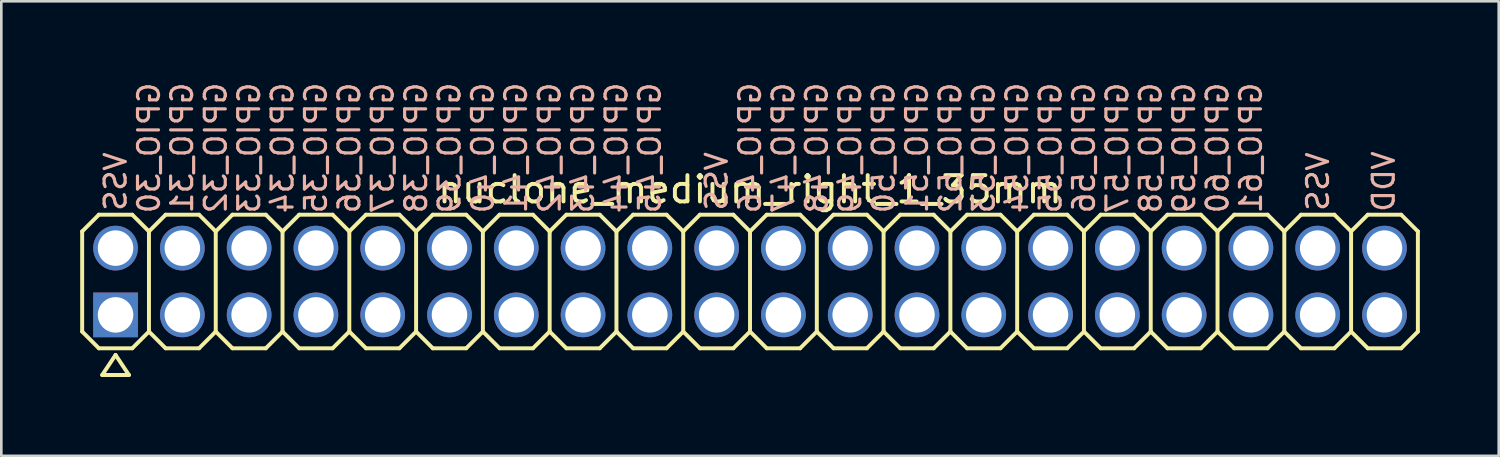
<source format=kicad_pcb>
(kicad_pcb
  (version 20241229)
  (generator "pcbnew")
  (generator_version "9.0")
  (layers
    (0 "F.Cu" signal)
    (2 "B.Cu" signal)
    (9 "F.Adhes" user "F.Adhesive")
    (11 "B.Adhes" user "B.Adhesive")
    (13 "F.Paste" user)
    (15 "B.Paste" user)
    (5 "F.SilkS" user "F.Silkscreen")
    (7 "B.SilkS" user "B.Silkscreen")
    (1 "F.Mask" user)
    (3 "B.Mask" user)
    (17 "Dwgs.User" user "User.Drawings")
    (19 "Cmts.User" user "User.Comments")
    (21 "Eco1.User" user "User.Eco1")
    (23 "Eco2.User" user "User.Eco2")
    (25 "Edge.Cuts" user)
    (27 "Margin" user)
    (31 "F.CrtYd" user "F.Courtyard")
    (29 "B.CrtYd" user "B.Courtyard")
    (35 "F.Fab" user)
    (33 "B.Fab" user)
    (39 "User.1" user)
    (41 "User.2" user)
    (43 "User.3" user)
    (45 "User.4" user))
  (footprint "nuclone_medium_right_1_35mm"
    (layer "F.Cu")
    (at 25.475 7.656)
    (property "Reference" "nuclone_medium_right_1_35mm" (at 0 -3.5 0) (layer "F.SilkS") (effects (font (size 1 1) (thickness 0.15))))
    (attr exclude_from_pos_files exclude_from_bom)
    (fp_line (start -25.4 -1.905) (end -24.765 -2.54) (stroke (width 0.15) (type solid)) (layer "F.SilkS"))
    (fp_line (start -25.4 1.905) (end -25.4 -1.905) (stroke (width 0.15) (type solid)) (layer "F.SilkS"))
    (fp_line (start -25.4 1.905) (end -24.765 2.54) (stroke (width 0.15) (type solid)) (layer "F.SilkS"))
    (fp_line (start -24.765 -2.54) (end -23.495 -2.54) (stroke (width 0.15) (type solid)) (layer "F.SilkS"))
    (fp_line (start -24.765 2.54) (end -23.495 2.54) (stroke (width 0.15) (type solid)) (layer "F.SilkS"))
    (fp_line (start -24.638 3.556) (end -23.622 3.556) (stroke (width 0.15) (type solid)) (layer "F.SilkS"))
    (fp_line (start -24.13 2.794) (end -24.638 3.556) (stroke (width 0.15) (type solid)) (layer "F.SilkS"))
    (fp_line (start -23.622 3.556) (end -24.13 2.794) (stroke (width 0.15) (type solid)) (layer "F.SilkS"))
    (fp_line (start -23.495 -2.54) (end -22.86 -1.905) (stroke (width 0.15) (type solid)) (layer "F.SilkS"))
    (fp_line (start -23.495 2.54) (end -22.86 1.905) (stroke (width 0.15) (type solid)) (layer "F.SilkS"))
    (fp_line (start -22.86 -1.905) (end -22.86 1.905) (stroke (width 0.15) (type solid)) (layer "F.SilkS"))
    (fp_line (start -22.86 -1.905) (end -22.225 -2.54) (stroke (width 0.15) (type solid)) (layer "F.SilkS"))
    (fp_line (start -22.86 1.905) (end -22.225 2.54) (stroke (width 0.15) (type solid)) (layer "F.SilkS"))
    (fp_line (start -22.225 -2.54) (end -20.955 -2.54) (stroke (width 0.15) (type solid)) (layer "F.SilkS"))
    (fp_line (start -22.225 2.54) (end -20.955 2.54) (stroke (width 0.15) (type solid)) (layer "F.SilkS"))
    (fp_line (start -20.955 -2.54) (end -20.32 -1.905) (stroke (width 0.15) (type solid)) (layer "F.SilkS"))
    (fp_line (start -20.955 2.54) (end -20.32 1.905) (stroke (width 0.15) (type solid)) (layer "F.SilkS"))
    (fp_line (start -20.32 -1.905) (end -20.32 1.905) (stroke (width 0.15) (type solid)) (layer "F.SilkS"))
    (fp_line (start -20.32 -1.905) (end -19.685 -2.54) (stroke (width 0.15) (type solid)) (layer "F.SilkS"))
    (fp_line (start -20.32 1.905) (end -19.685 2.54) (stroke (width 0.15) (type solid)) (layer "F.SilkS"))
    (fp_line (start -19.685 -2.54) (end -18.415 -2.54) (stroke (width 0.15) (type solid)) (layer "F.SilkS"))
    (fp_line (start -19.685 2.54) (end -18.415 2.54) (stroke (width 0.15) (type solid)) (layer "F.SilkS"))
    (fp_line (start -18.415 -2.54) (end -17.78 -1.905) (stroke (width 0.15) (type solid)) (layer "F.SilkS"))
    (fp_line (start -18.415 2.54) (end -17.78 1.905) (stroke (width 0.15) (type solid)) (layer "F.SilkS"))
    (fp_line (start -17.78 -1.905) (end -17.78 1.905) (stroke (width 0.15) (type solid)) (layer "F.SilkS"))
    (fp_line (start -17.78 -1.905) (end -17.145 -2.54) (stroke (width 0.15) (type solid)) (layer "F.SilkS"))
    (fp_line (start -17.78 1.905) (end -17.145 2.54) (stroke (width 0.15) (type solid)) (layer "F.SilkS"))
    (fp_line (start -17.145 -2.54) (end -15.875 -2.54) (stroke (width 0.15) (type solid)) (layer "F.SilkS"))
    (fp_line (start -17.145 2.54) (end -15.875 2.54) (stroke (width 0.15) (type solid)) (layer "F.SilkS"))
    (fp_line (start -15.875 -2.54) (end -15.24 -1.905) (stroke (width 0.15) (type solid)) (layer "F.SilkS"))
    (fp_line (start -15.875 2.54) (end -15.24 1.905) (stroke (width 0.15) (type solid)) (layer "F.SilkS"))
    (fp_line (start -15.24 -1.905) (end -15.24 1.905) (stroke (width 0.15) (type solid)) (layer "F.SilkS"))
    (fp_line (start -15.24 -1.905) (end -14.605 -2.54) (stroke (width 0.15) (type solid)) (layer "F.SilkS"))
    (fp_line (start -15.24 1.905) (end -14.605 2.54) (stroke (width 0.15) (type solid)) (layer "F.SilkS"))
    (fp_line (start -14.605 -2.54) (end -13.335 -2.54) (stroke (width 0.15) (type solid)) (layer "F.SilkS"))
    (fp_line (start -14.605 2.54) (end -13.335 2.54) (stroke (width 0.15) (type solid)) (layer "F.SilkS"))
    (fp_line (start -13.335 -2.54) (end -12.7 -1.905) (stroke (width 0.15) (type solid)) (layer "F.SilkS"))
    (fp_line (start -13.335 2.54) (end -12.7 1.905) (stroke (width 0.15) (type solid)) (layer "F.SilkS"))
    (fp_line (start -12.7 -1.905) (end -12.7 1.905) (stroke (width 0.15) (type solid)) (layer "F.SilkS"))
    (fp_line (start -12.7 -1.905) (end -12.065 -2.54) (stroke (width 0.15) (type solid)) (layer "F.SilkS"))
    (fp_line (start -12.7 1.905) (end -12.065 2.54) (stroke (width 0.15) (type solid)) (layer "F.SilkS"))
    (fp_line (start -12.065 -2.54) (end -10.795 -2.54) (stroke (width 0.15) (type solid)) (layer "F.SilkS"))
    (fp_line (start -12.065 2.54) (end -10.795 2.54) (stroke (width 0.15) (type solid)) (layer "F.SilkS"))
    (fp_line (start -10.795 -2.54) (end -10.16 -1.905) (stroke (width 0.15) (type solid)) (layer "F.SilkS"))
    (fp_line (start -10.795 2.54) (end -10.16 1.905) (stroke (width 0.15) (type solid)) (layer "F.SilkS"))
    (fp_line (start -10.16 -1.905) (end -10.16 1.905) (stroke (width 0.15) (type solid)) (layer "F.SilkS"))
    (fp_line (start -10.16 -1.905) (end -9.525 -2.54) (stroke (width 0.15) (type solid)) (layer "F.SilkS"))
    (fp_line (start -10.16 1.905) (end -9.525 2.54) (stroke (width 0.15) (type solid)) (layer "F.SilkS"))
    (fp_line (start -9.525 -2.54) (end -8.255 -2.54) (stroke (width 0.15) (type solid)) (layer "F.SilkS"))
    (fp_line (start -9.525 2.54) (end -8.255 2.54) (stroke (width 0.15) (type solid)) (layer "F.SilkS"))
    (fp_line (start -8.255 -2.54) (end -7.62 -1.905) (stroke (width 0.15) (type solid)) (layer "F.SilkS"))
    (fp_line (start -7.62 -1.905) (end -7.62 1.905) (stroke (width 0.15) (type solid)) (layer "F.SilkS"))
    (fp_line (start -7.62 -1.905) (end -6.985 -2.54) (stroke (width 0.15) (type solid)) (layer "F.SilkS"))
    (fp_line (start -7.62 1.905) (end -8.255 2.54) (stroke (width 0.15) (type solid)) (layer "F.SilkS"))
    (fp_line (start -7.62 1.905) (end -6.985 2.54) (stroke (width 0.15) (type solid)) (layer "F.SilkS"))
    (fp_line (start -6.985 -2.54) (end -5.715 -2.54) (stroke (width 0.15) (type solid)) (layer "F.SilkS"))
    (fp_line (start -6.985 2.54) (end -5.715 2.54) (stroke (width 0.15) (type solid)) (layer "F.SilkS"))
    (fp_line (start -5.715 -2.54) (end -5.08 -1.905) (stroke (width 0.15) (type solid)) (layer "F.SilkS"))
    (fp_line (start -5.08 -1.905) (end -5.08 1.905) (stroke (width 0.15) (type solid)) (layer "F.SilkS"))
    (fp_line (start -5.08 -1.905) (end -4.445 -2.54) (stroke (width 0.15) (type solid)) (layer "F.SilkS"))
    (fp_line (start -5.08 1.905) (end -5.715 2.54) (stroke (width 0.15) (type solid)) (layer "F.SilkS"))
    (fp_line (start -5.08 1.905) (end -4.445 2.54) (stroke (width 0.15) (type solid)) (layer "F.SilkS"))
    (fp_line (start -4.445 -2.54) (end -3.175 -2.54) (stroke (width 0.15) (type solid)) (layer "F.SilkS"))
    (fp_line (start -4.445 2.54) (end -3.175 2.54) (stroke (width 0.15) (type solid)) (layer "F.SilkS"))
    (fp_line (start -3.175 -2.54) (end -2.54 -1.905) (stroke (width 0.15) (type solid)) (layer "F.SilkS"))
    (fp_line (start -2.54 -1.905) (end -2.54 1.905) (stroke (width 0.15) (type solid)) (layer "F.SilkS"))
    (fp_line (start -2.54 -1.905) (end -1.905 -2.54) (stroke (width 0.15) (type solid)) (layer "F.SilkS"))
    (fp_line (start -2.54 1.905) (end -3.175 2.54) (stroke (width 0.15) (type solid)) (layer "F.SilkS"))
    (fp_line (start -2.54 1.905) (end -1.905 2.54) (stroke (width 0.15) (type solid)) (layer "F.SilkS"))
    (fp_line (start -1.905 -2.54) (end -0.635 -2.54) (stroke (width 0.15) (type solid)) (layer "F.SilkS"))
    (fp_line (start -1.905 2.54) (end -0.635 2.54) (stroke (width 0.15) (type solid)) (layer "F.SilkS"))
    (fp_line (start -0.635 -2.54) (end 0 -1.905) (stroke (width 0.15) (type solid)) (layer "F.SilkS"))
    (fp_line (start 0 -1.905) (end 0.635 -2.54) (stroke (width 0.15) (type solid)) (layer "F.SilkS"))
    (fp_line (start 0 1.905) (end -0.635 2.54) (stroke (width 0.15) (type solid)) (layer "F.SilkS"))
    (fp_line (start 0 1.905) (end 0 -1.905) (stroke (width 0.15) (type solid)) (layer "F.SilkS"))
    (fp_line (start 0 1.905) (end 0.635 2.54) (stroke (width 0.15) (type solid)) (layer "F.SilkS"))
    (fp_line (start 0.635 -2.54) (end 1.905 -2.54) (stroke (width 0.15) (type solid)) (layer "F.SilkS"))
    (fp_line (start 0.635 2.54) (end 1.905 2.54) (stroke (width 0.15) (type solid)) (layer "F.SilkS"))
    (fp_line (start 1.905 -2.54) (end 2.54 -1.905) (stroke (width 0.15) (type solid)) (layer "F.SilkS"))
    (fp_line (start 1.905 2.54) (end 2.54 1.905) (stroke (width 0.15) (type solid)) (layer "F.SilkS"))
    (fp_line (start 2.54 -1.905) (end 2.54 1.905) (stroke (width 0.15) (type solid)) (layer "F.SilkS"))
    (fp_line (start 2.54 -1.905) (end 3.175 -2.54) (stroke (width 0.15) (type solid)) (layer "F.SilkS"))
    (fp_line (start 2.54 1.905) (end 3.175 2.54) (stroke (width 0.15) (type solid)) (layer "F.SilkS"))
    (fp_line (start 3.175 -2.54) (end 4.445 -2.54) (stroke (width 0.15) (type solid)) (layer "F.SilkS"))
    (fp_line (start 3.175 2.54) (end 4.445 2.54) (stroke (width 0.15) (type solid)) (layer "F.SilkS"))
    (fp_line (start 4.445 -2.54) (end 5.08 -1.905) (stroke (width 0.15) (type solid)) (layer "F.SilkS"))
    (fp_line (start 4.445 2.54) (end 5.08 1.905) (stroke (width 0.15) (type solid)) (layer "F.SilkS"))
    (fp_line (start 5.08 -1.905) (end 5.08 1.905) (stroke (width 0.15) (type solid)) (layer "F.SilkS"))
    (fp_line (start 5.08 -1.905) (end 5.715 -2.54) (stroke (width 0.15) (type solid)) (layer "F.SilkS"))
    (fp_line (start 5.08 1.905) (end 5.715 2.54) (stroke (width 0.15) (type solid)) (layer "F.SilkS"))
    (fp_line (start 5.715 -2.54) (end 6.985 -2.54) (stroke (width 0.15) (type solid)) (layer "F.SilkS"))
    (fp_line (start 5.715 2.54) (end 6.985 2.54) (stroke (width 0.15) (type solid)) (layer "F.SilkS"))
    (fp_line (start 6.985 -2.54) (end 7.62 -1.905) (stroke (width 0.15) (type solid)) (layer "F.SilkS"))
    (fp_line (start 6.985 2.54) (end 7.62 1.905) (stroke (width 0.15) (type solid)) (layer "F.SilkS"))
    (fp_line (start 7.62 -1.905) (end 7.62 1.905) (stroke (width 0.15) (type solid)) (layer "F.SilkS"))
    (fp_line (start 7.62 -1.905) (end 8.255 -2.54) (stroke (width 0.15) (type solid)) (layer "F.SilkS"))
    (fp_line (start 7.62 1.905) (end 8.255 2.54) (stroke (width 0.15) (type solid)) (layer "F.SilkS"))
    (fp_line (start 8.255 -2.54) (end 9.525 -2.54) (stroke (width 0.15) (type solid)) (layer "F.SilkS"))
    (fp_line (start 8.255 2.54) (end 9.525 2.54) (stroke (width 0.15) (type solid)) (layer "F.SilkS"))
    (fp_line (start 9.525 -2.54) (end 10.16 -1.905) (stroke (width 0.15) (type solid)) (layer "F.SilkS"))
    (fp_line (start 9.525 2.54) (end 10.16 1.905) (stroke (width 0.15) (type solid)) (layer "F.SilkS"))
    (fp_line (start 10.16 -1.905) (end 10.16 1.905) (stroke (width 0.15) (type solid)) (layer "F.SilkS"))
    (fp_line (start 10.16 -1.905) (end 10.795 -2.54) (stroke (width 0.15) (type solid)) (layer "F.SilkS"))
    (fp_line (start 10.16 1.905) (end 10.795 2.54) (stroke (width 0.15) (type solid)) (layer "F.SilkS"))
    (fp_line (start 10.795 -2.54) (end 12.065 -2.54) (stroke (width 0.15) (type solid)) (layer "F.SilkS"))
    (fp_line (start 10.795 2.54) (end 12.065 2.54) (stroke (width 0.15) (type solid)) (layer "F.SilkS"))
    (fp_line (start 12.065 -2.54) (end 12.7 -1.905) (stroke (width 0.15) (type solid)) (layer "F.SilkS"))
    (fp_line (start 12.065 2.54) (end 12.7 1.905) (stroke (width 0.15) (type solid)) (layer "F.SilkS"))
    (fp_line (start 12.7 -1.905) (end 12.7 1.905) (stroke (width 0.15) (type solid)) (layer "F.SilkS"))
    (fp_line (start 12.7 -1.905) (end 13.335 -2.54) (stroke (width 0.15) (type solid)) (layer "F.SilkS"))
    (fp_line (start 12.7 1.905) (end 13.335 2.54) (stroke (width 0.15) (type solid)) (layer "F.SilkS"))
    (fp_line (start 13.335 -2.54) (end 14.605 -2.54) (stroke (width 0.15) (type solid)) (layer "F.SilkS"))
    (fp_line (start 13.335 2.54) (end 14.605 2.54) (stroke (width 0.15) (type solid)) (layer "F.SilkS"))
    (fp_line (start 14.605 -2.54) (end 15.24 -1.905) (stroke (width 0.15) (type solid)) (layer "F.SilkS"))
    (fp_line (start 14.605 2.54) (end 15.24 1.905) (stroke (width 0.15) (type solid)) (layer "F.SilkS"))
    (fp_line (start 15.24 -1.905) (end 15.24 1.905) (stroke (width 0.15) (type solid)) (layer "F.SilkS"))
    (fp_line (start 15.24 -1.905) (end 15.875 -2.54) (stroke (width 0.15) (type solid)) (layer "F.SilkS"))
    (fp_line (start 15.24 1.905) (end 15.875 2.54) (stroke (width 0.15) (type solid)) (layer "F.SilkS"))
    (fp_line (start 15.875 -2.54) (end 17.145 -2.54) (stroke (width 0.15) (type solid)) (layer "F.SilkS"))
    (fp_line (start 15.875 2.54) (end 17.145 2.54) (stroke (width 0.15) (type solid)) (layer "F.SilkS"))
    (fp_line (start 17.145 -2.54) (end 17.78 -1.905) (stroke (width 0.15) (type solid)) (layer "F.SilkS"))
    (fp_line (start 17.78 -1.905) (end 17.78 1.905) (stroke (width 0.15) (type solid)) (layer "F.SilkS"))
    (fp_line (start 17.78 -1.905) (end 18.415 -2.54) (stroke (width 0.15) (type solid)) (layer "F.SilkS"))
    (fp_line (start 17.78 1.905) (end 17.145 2.54) (stroke (width 0.15) (type solid)) (layer "F.SilkS"))
    (fp_line (start 17.78 1.905) (end 18.415 2.54) (stroke (width 0.15) (type solid)) (layer "F.SilkS"))
    (fp_line (start 18.415 -2.54) (end 19.685 -2.54) (stroke (width 0.15) (type solid)) (layer "F.SilkS"))
    (fp_line (start 18.415 2.54) (end 19.685 2.54) (stroke (width 0.15) (type solid)) (layer "F.SilkS"))
    (fp_line (start 19.685 -2.54) (end 20.32 -1.905) (stroke (width 0.15) (type solid)) (layer "F.SilkS"))
    (fp_line (start 20.32 -1.905) (end 20.32 1.905) (stroke (width 0.15) (type solid)) (layer "F.SilkS"))
    (fp_line (start 20.32 -1.905) (end 20.955 -2.54) (stroke (width 0.15) (type solid)) (layer "F.SilkS"))
    (fp_line (start 20.32 1.905) (end 19.685 2.54) (stroke (width 0.15) (type solid)) (layer "F.SilkS"))
    (fp_line (start 20.32 1.905) (end 20.955 2.54) (stroke (width 0.15) (type solid)) (layer "F.SilkS"))
    (fp_line (start 20.955 -2.54) (end 22.225 -2.54) (stroke (width 0.15) (type solid)) (layer "F.SilkS"))
    (fp_line (start 20.955 2.54) (end 22.225 2.54) (stroke (width 0.15) (type solid)) (layer "F.SilkS"))
    (fp_line (start 22.225 -2.54) (end 22.86 -1.905) (stroke (width 0.15) (type solid)) (layer "F.SilkS"))
    (fp_line (start 22.86 -1.905) (end 22.86 1.905) (stroke (width 0.15) (type solid)) (layer "F.SilkS"))
    (fp_line (start 22.86 -1.905) (end 23.495 -2.54) (stroke (width 0.15) (type solid)) (layer "F.SilkS"))
    (fp_line (start 22.86 1.905) (end 22.225 2.54) (stroke (width 0.15) (type solid)) (layer "F.SilkS"))
    (fp_line (start 22.86 1.905) (end 23.495 2.54) (stroke (width 0.15) (type solid)) (layer "F.SilkS"))
    (fp_line (start 23.495 -2.54) (end 24.765 -2.54) (stroke (width 0.15) (type solid)) (layer "F.SilkS"))
    (fp_line (start 23.495 2.54) (end 24.765 2.54) (stroke (width 0.15) (type solid)) (layer "F.SilkS"))
    (fp_line (start 24.765 -2.54) (end 25.4 -1.905) (stroke (width 0.15) (type solid)) (layer "F.SilkS"))
    (fp_line (start 25.4 -1.905) (end 25.4 1.905) (stroke (width 0.15) (type solid)) (layer "F.SilkS"))
    (fp_line (start 25.4 1.905) (end 24.765 2.54) (stroke (width 0.15) (type solid)) (layer "F.SilkS"))
    (fp_text user "GPIO_39" (at -11.43 -5.08 270) (layer "B.SilkS") (effects (font (size 0.8 0.8) (thickness 0.12)) (justify mirror)))
    (fp_text user "GPIO_52" (at 7.62 -5.08 270) (layer "B.SilkS") (effects (font (size 0.8 0.8) (thickness 0.12)) (justify mirror)))
    (fp_text user "GPIO_55" (at 11.43 -5.08 270) (layer "B.SilkS") (effects (font (size 0.8 0.8) (thickness 0.12)) (justify mirror)))
    (fp_text user "GPIO_37" (at -13.97 -5.08 270) (layer "B.SilkS") (effects (font (size 0.8 0.8) (thickness 0.12)) (justify mirror)))
    (fp_text user "GPIO_45" (at -3.81 -5.08 270) (layer "B.SilkS") (effects (font (size 0.8 0.8) (thickness 0.12)) (justify mirror)))
    (fp_text user "GPIO_49" (at 3.81 -5.08 270) (layer "B.SilkS") (effects (font (size 0.8 0.8) (thickness 0.12)) (justify mirror)))
    (fp_text user "GPIO_44" (at -5.08 -5.08 270) (layer "B.SilkS") (effects (font (size 0.8 0.8) (thickness 0.12)) (justify mirror)))
    (fp_text user "GPIO_58" (at 15.24 -5.08 270) (layer "B.SilkS") (effects (font (size 0.8 0.8) (thickness 0.12)) (justify mirror)))
    (fp_text user "GPIO_36" (at -15.24 -5.08 270) (layer "B.SilkS") (effects (font (size 0.8 0.8) (thickness 0.12)) (justify mirror)))
    (fp_text user "GPIO_43" (at -6.35 -5.08 270) (layer "B.SilkS") (effects (font (size 0.8 0.8) (thickness 0.12)) (justify mirror)))
    (fp_text user "GPIO_59" (at 16.51 -5.08 270) (layer "B.SilkS") (effects (font (size 0.8 0.8) (thickness 0.12)) (justify mirror)))
    (fp_text user "GPIO_38" (at -12.7 -5.08 270) (layer "B.SilkS") (effects (font (size 0.8 0.8) (thickness 0.12)) (justify mirror)))
    (fp_text user "VDD" (at 24.1 -3.8 270) (layer "B.SilkS") (effects (font (size 0.8 0.8) (thickness 0.12)) (justify mirror)))
    (fp_text user "GPIO_48" (at 2.54 -5.08 270) (layer "B.SilkS") (effects (font (size 0.8 0.8) (thickness 0.12)) (justify mirror)))
    (fp_text user "GPIO_61" (at 19.05 -5.08 270) (layer "B.SilkS") (effects (font (size 0.8 0.8) (thickness 0.12)) (justify mirror)))
    (fp_text user "GPIO_47" (at 1.27 -5.08 270) (layer "B.SilkS") (effects (font (size 0.8 0.8) (thickness 0.12)) (justify mirror)))
    (fp_text user "GPIO_42" (at -7.62 -5.08 270) (layer "B.SilkS") (effects (font (size 0.8 0.8) (thickness 0.12)) (justify mirror)))
    (fp_text user "GPIO_40" (at -10.16 -5.08 270) (layer "B.SilkS") (effects (font (size 0.8 0.8) (thickness 0.12)) (justify mirror)))
    (fp_text user "GPIO_60" (at 17.78 -5.08 270) (layer "B.SilkS") (effects (font (size 0.8 0.8) (thickness 0.12)) (justify mirror)))
    (fp_text user "GPIO_30" (at -22.86 -5.08 270) (layer "B.SilkS") (effects (font (size 0.8 0.8) (thickness 0.12)) (justify mirror)))
    (fp_text user "GPIO_34" (at -17.78 -5.08 270) (layer "B.SilkS") (effects (font (size 0.8 0.8) (thickness 0.12)) (justify mirror)))
    (fp_text user "GPIO_46" (at 0 -5.08 270) (layer "B.SilkS") (effects (font (size 0.8 0.8) (thickness 0.12)) (justify mirror)))
    (fp_text user "GPIO_33" (at -19.05 -5.08 270) (layer "B.SilkS") (effects (font (size 0.8 0.8) (thickness 0.12)) (justify mirror)))
    (fp_text user "GPIO_57" (at 13.97 -5.08 270) (layer "B.SilkS") (effects (font (size 0.8 0.8) (thickness 0.12)) (justify mirror)))
    (fp_text user "VSS" (at -24.13 -3.8 270) (layer "B.SilkS") (effects (font (size 0.8 0.8) (thickness 0.12)) (justify mirror)))
    (fp_text user "GPIO_50" (at 5.08 -5.08 270) (layer "B.SilkS") (effects (font (size 0.8 0.8) (thickness 0.12)) (justify mirror)))
    (fp_text user "GPIO_51" (at 6.35 -5.08 270) (layer "B.SilkS") (effects (font (size 0.8 0.8) (thickness 0.12)) (justify mirror)))
    (fp_text user "GPIO_35" (at -16.51 -5.08 270) (layer "B.SilkS") (effects (font (size 0.8 0.8) (thickness 0.12)) (justify mirror)))
    (fp_text user "GPIO_31" (at -21.6 -5.08 270) (layer "B.SilkS") (effects (font (size 0.8 0.8) (thickness 0.12)) (justify mirror)))
    (fp_text user "GPIO_56" (at 12.7 -5.08 270) (layer "B.SilkS") (effects (font (size 0.8 0.8) (thickness 0.12)) (justify mirror)))
    (fp_text user "GPIO_54" (at 10.16 -5.08 270) (layer "B.SilkS") (effects (font (size 0.8 0.8) (thickness 0.12)) (justify mirror)))
    (fp_text user "GPIO_32" (at -20.32 -5.08 270) (layer "B.SilkS") (effects (font (size 0.8 0.8) (thickness 0.12)) (justify mirror)))
    (fp_text user "VSS" (at 21.6 -3.8 270) (layer "B.SilkS") (effects (font (size 0.8 0.8) (thickness 0.12)) (justify mirror)))
    (fp_text user "GPIO_53" (at 8.89 -5.08 270) (layer "B.SilkS") (effects (font (size 0.8 0.8) (thickness 0.12)) (justify mirror)))
    (fp_text user "VSS" (at -1.27 -3.81 270) (layer "B.SilkS") (effects (font (size 0.8 0.8) (thickness 0.12)) (justify mirror)))
    (fp_text user "GPIO_41" (at -8.9 -5.08 270) (layer "B.SilkS") (effects (font (size 0.8 0.8) (thickness 0.12)) (justify mirror)))
    (pad "1" thru_hole rect (at -24.13 1.27) (size 1.7 1.7) (drill 1.35) (layers "*.Cu" "*.Mask"))
    (pad "2" thru_hole circle (at -24.13 -1.27) (size 1.7 1.7) (drill 1.35) (layers "*.Cu" "*.Mask"))
    (pad "3" thru_hole circle (at -21.59 1.27) (size 1.7 1.7) (drill 1.35) (layers "*.Cu" "*.Mask"))
    (pad "4" thru_hole circle (at -21.59 -1.27) (size 1.7 1.7) (drill 1.35) (layers "*.Cu" "*.Mask"))
    (pad "5" thru_hole circle (at -19.05 1.27) (size 1.7 1.7) (drill 1.35) (layers "*.Cu" "*.Mask"))
    (pad "6" thru_hole circle (at -19.05 -1.27) (size 1.7 1.7) (drill 1.35) (layers "*.Cu" "*.Mask"))
    (pad "7" thru_hole circle (at -16.51 1.27) (size 1.7 1.7) (drill 1.35) (layers "*.Cu" "*.Mask"))
    (pad "8" thru_hole circle (at -16.51 -1.27) (size 1.7 1.7) (drill 1.35) (layers "*.Cu" "*.Mask"))
    (pad "9" thru_hole circle (at -13.97 1.27) (size 1.7 1.7) (drill 1.35) (layers "*.Cu" "*.Mask"))
    (pad "10" thru_hole circle (at -13.97 -1.27) (size 1.7 1.7) (drill 1.35) (layers "*.Cu" "*.Mask"))
    (pad "11" thru_hole circle (at -11.43 1.27) (size 1.7 1.7) (drill 1.35) (layers "*.Cu" "*.Mask"))
    (pad "12" thru_hole circle (at -11.43 -1.27) (size 1.7 1.7) (drill 1.35) (layers "*.Cu" "*.Mask"))
    (pad "13" thru_hole circle (at -8.89 1.27) (size 1.7 1.7) (drill 1.35) (layers "*.Cu" "*.Mask"))
    (pad "14" thru_hole circle (at -8.89 -1.27) (size 1.7 1.7) (drill 1.35) (layers "*.Cu" "*.Mask"))
    (pad "15" thru_hole circle (at -6.35 1.27) (size 1.7 1.7) (drill 1.35) (layers "*.Cu" "*.Mask"))
    (pad "16" thru_hole circle (at -6.35 -1.27) (size 1.7 1.7) (drill 1.35) (layers "*.Cu" "*.Mask"))
    (pad "17" thru_hole circle (at -3.81 1.27) (size 1.7 1.7) (drill 1.35) (layers "*.Cu" "*.Mask"))
    (pad "18" thru_hole circle (at -3.81 -1.27) (size 1.7 1.7) (drill 1.35) (layers "*.Cu" "*.Mask"))
    (pad "19" thru_hole circle (at -1.27 1.27) (size 1.7 1.7) (drill 1.35) (layers "*.Cu" "*.Mask"))
    (pad "20" thru_hole circle (at -1.27 -1.27) (size 1.7 1.7) (drill 1.35) (layers "*.Cu" "*.Mask"))
    (pad "21" thru_hole circle (at 1.27 1.27) (size 1.7 1.7) (drill 1.35) (layers "*.Cu" "*.Mask"))
    (pad "22" thru_hole circle (at 1.27 -1.27) (size 1.7 1.7) (drill 1.35) (layers "*.Cu" "*.Mask"))
    (pad "23" thru_hole circle (at 3.81 1.27) (size 1.7 1.7) (drill 1.35) (layers "*.Cu" "*.Mask"))
    (pad "24" thru_hole circle (at 3.81 -1.27) (size 1.7 1.7) (drill 1.35) (layers "*.Cu" "*.Mask"))
    (pad "25" thru_hole circle (at 6.35 1.27) (size 1.7 1.7) (drill 1.35) (layers "*.Cu" "*.Mask"))
    (pad "26" thru_hole circle (at 6.35 -1.27) (size 1.7 1.7) (drill 1.35) (layers "*.Cu" "*.Mask"))
    (pad "27" thru_hole circle (at 8.89 1.27) (size 1.7 1.7) (drill 1.35) (layers "*.Cu" "*.Mask"))
    (pad "28" thru_hole circle (at 8.89 -1.27) (size 1.7 1.7) (drill 1.35) (layers "*.Cu" "*.Mask"))
    (pad "29" thru_hole circle (at 11.43 1.27) (size 1.7 1.7) (drill 1.35) (layers "*.Cu" "*.Mask"))
    (pad "30" thru_hole circle (at 11.43 -1.27) (size 1.7 1.7) (drill 1.35) (layers "*.Cu" "*.Mask"))
    (pad "31" thru_hole circle (at 13.97 1.27) (size 1.7 1.7) (drill 1.35) (layers "*.Cu" "*.Mask"))
    (pad "32" thru_hole circle (at 13.97 -1.27) (size 1.7 1.7) (drill 1.35) (layers "*.Cu" "*.Mask"))
    (pad "33" thru_hole circle (at 16.51 1.27) (size 1.7 1.7) (drill 1.35) (layers "*.Cu" "*.Mask"))
    (pad "34" thru_hole circle (at 16.51 -1.27) (size 1.7 1.7) (drill 1.35) (layers "*.Cu" "*.Mask"))
    (pad "35" thru_hole circle (at 19.05 1.27) (size 1.7 1.7) (drill 1.35) (layers "*.Cu" "*.Mask"))
    (pad "36" thru_hole circle (at 19.05 -1.27) (size 1.7 1.7) (drill 1.35) (layers "*.Cu" "*.Mask"))
    (pad "37" thru_hole circle (at 21.59 1.27) (size 1.7 1.7) (drill 1.35) (layers "*.Cu" "*.Mask"))
    (pad "38" thru_hole circle (at 21.59 -1.27) (size 1.7 1.7) (drill 1.35) (layers "*.Cu" "*.Mask"))
    (pad "39" thru_hole circle (at 24.13 1.27) (size 1.7 1.7) (drill 1.35) (layers "*.Cu" "*.Mask"))
    (pad "40" thru_hole circle (at 24.13 -1.27) (size 1.7 1.7) (drill 1.35) (layers "*.Cu" "*.Mask")))
  (gr_rect
    (start -3 -3)
    (end 53.95 14.287)
    (stroke (width 0.1) (type default))
    (fill no)
    (layer "Edge.Cuts")))
</source>
